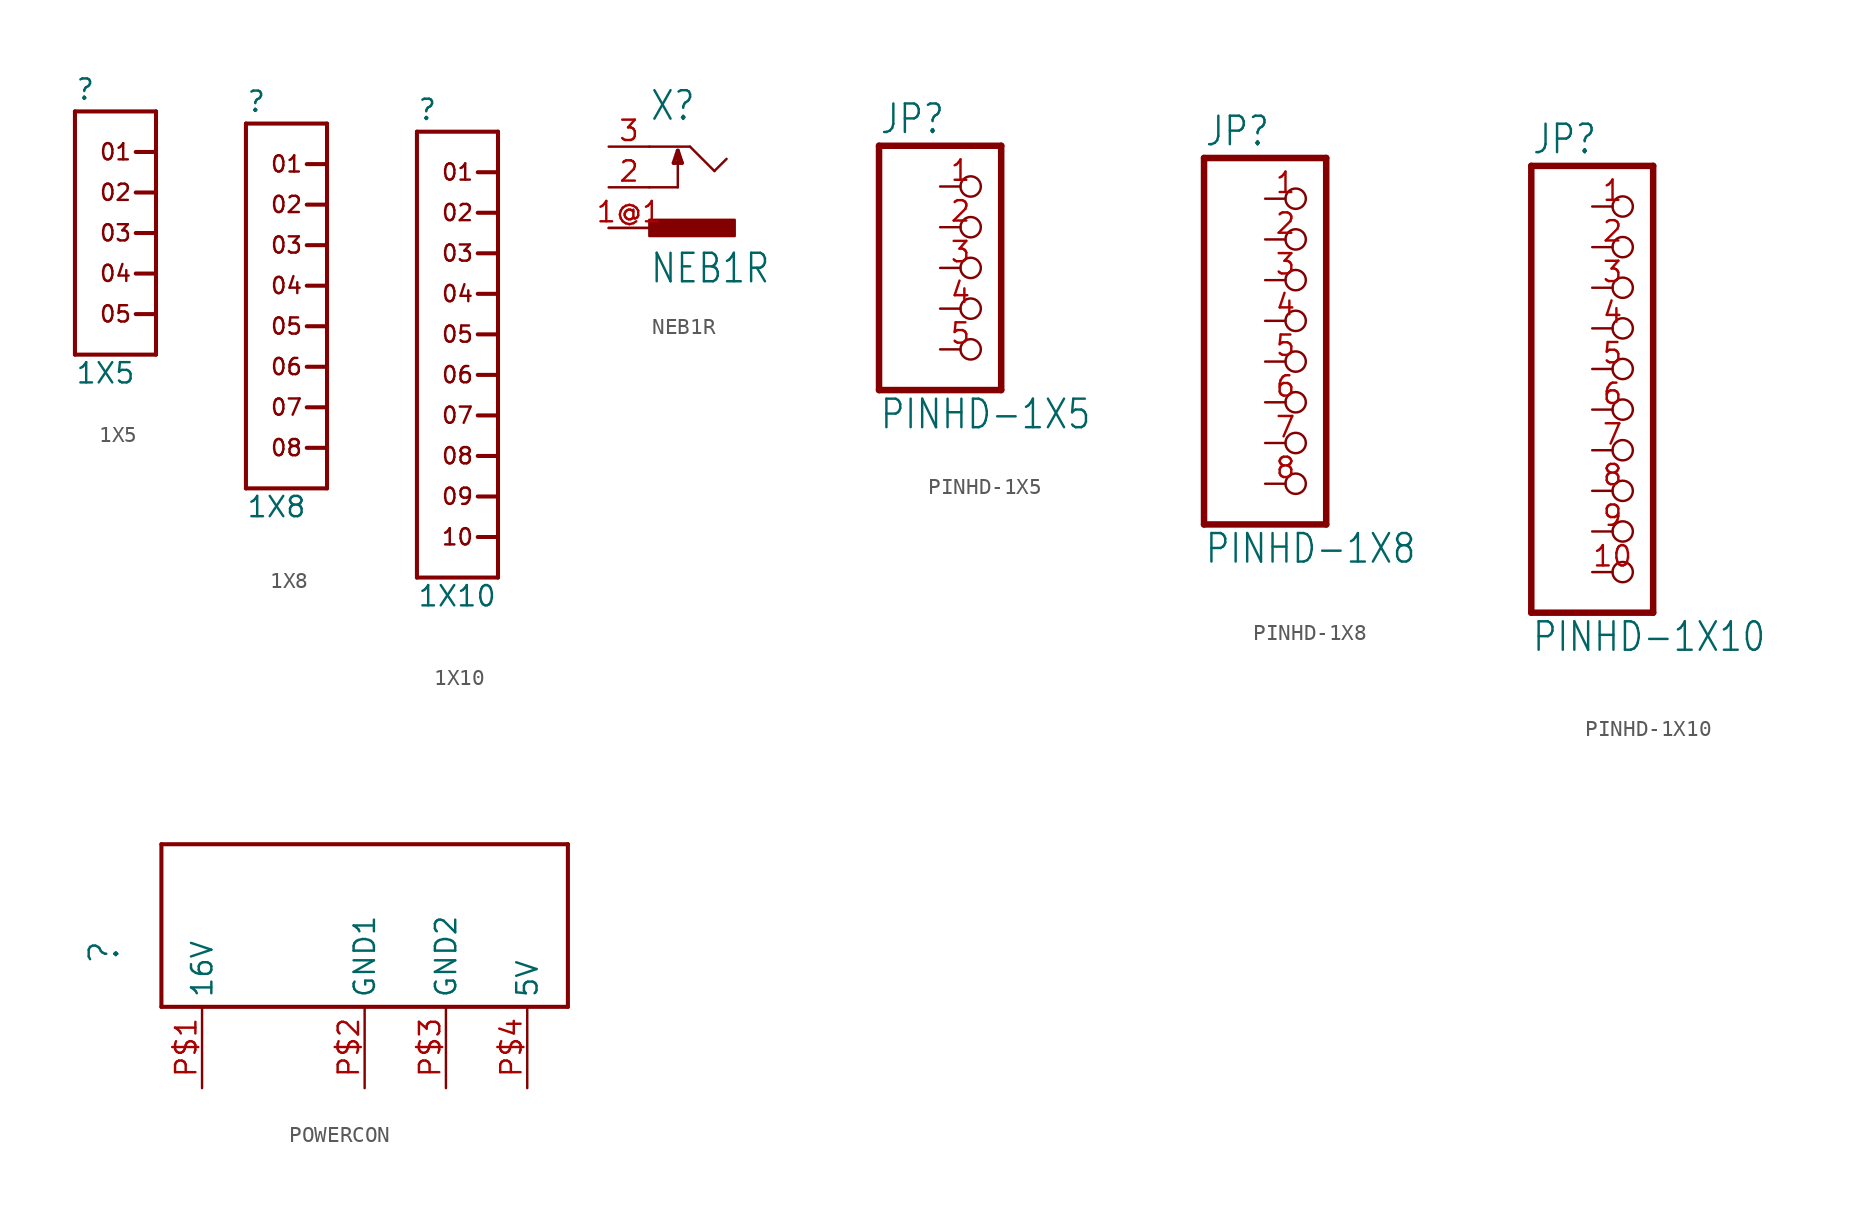
<source format=kicad_sym>
(kicad_symbol_lib
  (version 20211014)
  (generator kicad_symbol_editor)
  (symbol "1X5"
    (property "Reference" ""
      (at -2.54 8.255 0)
      (effects (font (size 1.27 1.27)) (justify left bottom)))
    (property "Value" "1X5"
      (at -2.54 -9.525 0)
      (effects (font (size 1.27 1.27)) (justify left bottom)))
    (property "ki_locked" ""
      (at 0 0 0)
      (effects (font (size 1.27 1.27))))
    (symbol "1X5_1_0"
      (polyline (pts (xy -2.54 -7.62) (xy 2.54 -7.62)) (stroke (width 0.254) (type default) (color 0 0 0 0)) (fill (type none)))
      (polyline (pts (xy -2.54 7.62) (xy -2.54 -7.62)) (stroke (width 0.254) (type default) (color 0 0 0 0)) (fill (type none)))
      (polyline (pts (xy -2.54 7.62) (xy 2.54 7.62)) (stroke (width 0.254) (type default) (color 0 0 0 0)) (fill (type none)))
      (polyline (pts (xy 1.27 -5.08) (xy 2.54 -5.08)) (stroke (width 0.254) (type default) (color 0 0 0 0)) (fill (type none)))
      (polyline (pts (xy 1.27 -2.54) (xy 2.54 -2.54)) (stroke (width 0.254) (type default) (color 0 0 0 0)) (fill (type none)))
      (polyline (pts (xy 1.27 0) (xy 2.54 0)) (stroke (width 0.254) (type default) (color 0 0 0 0)) (fill (type none)))
      (polyline (pts (xy 1.27 2.54) (xy 2.54 2.54)) (stroke (width 0.254) (type default) (color 0 0 0 0)) (fill (type none)))
      (polyline (pts (xy 1.27 5.08) (xy 2.54 5.08)) (stroke (width 0.254) (type default) (color 0 0 0 0)) (fill (type none)))
      (polyline (pts (xy 2.54 -7.62) (xy 2.54 -5.08)) (stroke (width 0.254) (type default) (color 0 0 0 0)) (fill (type none)))
      (polyline (pts (xy 2.54 -5.08) (xy 2.54 -2.54)) (stroke (width 0.254) (type default) (color 0 0 0 0)) (fill (type none)))
      (polyline (pts (xy 2.54 -2.54) (xy 2.54 0)) (stroke (width 0.254) (type default) (color 0 0 0 0)) (fill (type none)))
      (polyline (pts (xy 2.54 0) (xy 2.54 2.54)) (stroke (width 0.254) (type default) (color 0 0 0 0)) (fill (type none)))
      (polyline (pts (xy 2.54 2.54) (xy 2.54 5.08)) (stroke (width 0.254) (type default) (color 0 0 0 0)) (fill (type none)))
      (polyline (pts (xy 2.54 5.08) (xy 2.54 7.62)) (stroke (width 0.254) (type default) (color 0 0 0 0)) (fill (type none)))
      (text "01" (at 0 5.08 0) (effects (font (size 1.016 1.016))))
      (text "02" (at 0 2.54 0) (effects (font (size 1.016 1.016))))
      (text "03" (at 0 0 0) (effects (font (size 1.016 1.016))))
      (text "04" (at 0 -2.54 0) (effects (font (size 1.016 1.016))))
      (text "05" (at 0 -5.08 0) (effects (font (size 1.016 1.016))))
      (pin bidirectional line (at 2.54 5.08 180) (length 0) (name "1" (effects (font (size 0 0)))) (number "1" (effects (font (size 0 0)))))
      (pin bidirectional line (at 2.54 2.54 180) (length 0) (name "2" (effects (font (size 0 0)))) (number "2" (effects (font (size 0 0)))))
      (pin bidirectional line (at 2.54 0 180) (length 0) (name "3" (effects (font (size 0 0)))) (number "3" (effects (font (size 0 0)))))
      (pin bidirectional line (at 2.54 -2.54 180) (length 0) (name "4" (effects (font (size 0 0)))) (number "4" (effects (font (size 0 0)))))
      (pin bidirectional line (at 2.54 -5.08 180) (length 0) (name "5" (effects (font (size 0 0)))) (number "5" (effects (font (size 0 0)))))))
  (symbol "1X8"
    (property "Reference" ""
      (at -2.54 13.335 0)
      (effects (font (size 1.27 1.27)) (justify left bottom)))
    (property "Value" "1X8"
      (at -2.54 -12.065 0)
      (effects (font (size 1.27 1.27)) (justify left bottom)))
    (property "ki_locked" ""
      (at 0 0 0)
      (effects (font (size 1.27 1.27))))
    (symbol "1X8_1_0"
      (polyline (pts (xy -2.54 -10.16) (xy 2.54 -10.16)) (stroke (width 0.254) (type default) (color 0 0 0 0)) (fill (type none)))
      (polyline (pts (xy -2.54 12.7) (xy -2.54 -10.16)) (stroke (width 0.254) (type default) (color 0 0 0 0)) (fill (type none)))
      (polyline (pts (xy -2.54 12.7) (xy 2.54 12.7)) (stroke (width 0.254) (type default) (color 0 0 0 0)) (fill (type none)))
      (polyline (pts (xy 1.27 -7.62) (xy 2.54 -7.62)) (stroke (width 0.254) (type default) (color 0 0 0 0)) (fill (type none)))
      (polyline (pts (xy 1.27 -5.08) (xy 2.54 -5.08)) (stroke (width 0.254) (type default) (color 0 0 0 0)) (fill (type none)))
      (polyline (pts (xy 1.27 -2.54) (xy 2.54 -2.54)) (stroke (width 0.254) (type default) (color 0 0 0 0)) (fill (type none)))
      (polyline (pts (xy 1.27 0) (xy 2.54 0)) (stroke (width 0.254) (type default) (color 0 0 0 0)) (fill (type none)))
      (polyline (pts (xy 1.27 2.54) (xy 2.54 2.54)) (stroke (width 0.254) (type default) (color 0 0 0 0)) (fill (type none)))
      (polyline (pts (xy 1.27 5.08) (xy 2.54 5.08)) (stroke (width 0.254) (type default) (color 0 0 0 0)) (fill (type none)))
      (polyline (pts (xy 1.27 7.62) (xy 2.54 7.62)) (stroke (width 0.254) (type default) (color 0 0 0 0)) (fill (type none)))
      (polyline (pts (xy 1.27 10.16) (xy 2.54 10.16)) (stroke (width 0.254) (type default) (color 0 0 0 0)) (fill (type none)))
      (polyline (pts (xy 2.54 -10.16) (xy 2.54 -7.62)) (stroke (width 0.254) (type default) (color 0 0 0 0)) (fill (type none)))
      (polyline (pts (xy 2.54 -7.62) (xy 2.54 -5.08)) (stroke (width 0.254) (type default) (color 0 0 0 0)) (fill (type none)))
      (polyline (pts (xy 2.54 -5.08) (xy 2.54 -2.54)) (stroke (width 0.254) (type default) (color 0 0 0 0)) (fill (type none)))
      (polyline (pts (xy 2.54 -2.54) (xy 2.54 0)) (stroke (width 0.254) (type default) (color 0 0 0 0)) (fill (type none)))
      (polyline (pts (xy 2.54 0) (xy 2.54 2.54)) (stroke (width 0.254) (type default) (color 0 0 0 0)) (fill (type none)))
      (polyline (pts (xy 2.54 2.54) (xy 2.54 5.08)) (stroke (width 0.254) (type default) (color 0 0 0 0)) (fill (type none)))
      (polyline (pts (xy 2.54 5.08) (xy 2.54 7.62)) (stroke (width 0.254) (type default) (color 0 0 0 0)) (fill (type none)))
      (polyline (pts (xy 2.54 7.62) (xy 2.54 10.16)) (stroke (width 0.254) (type default) (color 0 0 0 0)) (fill (type none)))
      (polyline (pts (xy 2.54 10.16) (xy 2.54 12.7)) (stroke (width 0.254) (type default) (color 0 0 0 0)) (fill (type none)))
      (text "01" (at 0 10.16 0) (effects (font (size 1.016 1.016))))
      (text "02" (at 0 7.62 0) (effects (font (size 1.016 1.016))))
      (text "03" (at 0 5.08 0) (effects (font (size 1.016 1.016))))
      (text "04" (at 0 2.54 0) (effects (font (size 1.016 1.016))))
      (text "05" (at 0 0 0) (effects (font (size 1.016 1.016))))
      (text "06" (at 0 -2.54 0) (effects (font (size 1.016 1.016))))
      (text "07" (at 0 -5.08 0) (effects (font (size 1.016 1.016))))
      (text "08" (at 0 -7.62 0) (effects (font (size 1.016 1.016))))
      (pin bidirectional line (at 2.54 10.16 180) (length 0) (name "1" (effects (font (size 0 0)))) (number "1" (effects (font (size 0 0)))))
      (pin bidirectional line (at 2.54 7.62 180) (length 0) (name "2" (effects (font (size 0 0)))) (number "2" (effects (font (size 0 0)))))
      (pin bidirectional line (at 2.54 5.08 180) (length 0) (name "3" (effects (font (size 0 0)))) (number "3" (effects (font (size 0 0)))))
      (pin bidirectional line (at 2.54 2.54 180) (length 0) (name "4" (effects (font (size 0 0)))) (number "4" (effects (font (size 0 0)))))
      (pin bidirectional line (at 2.54 0 180) (length 0) (name "5" (effects (font (size 0 0)))) (number "5" (effects (font (size 0 0)))))
      (pin bidirectional line (at 2.54 -2.54 180) (length 0) (name "6" (effects (font (size 0 0)))) (number "6" (effects (font (size 0 0)))))
      (pin bidirectional line (at 2.54 -5.08 180) (length 0) (name "7" (effects (font (size 0 0)))) (number "7" (effects (font (size 0 0)))))
      (pin bidirectional line (at 2.54 -7.62 180) (length 0) (name "8" (effects (font (size 0 0)))) (number "8" (effects (font (size 0 0)))))))
  (symbol "1X10"
    (property "Reference" ""
      (at -2.54 15.875 0)
      (effects (font (size 1.27 1.27)) (justify left bottom)))
    (property "Value" "1X10"
      (at -2.54 -14.605 0)
      (effects (font (size 1.27 1.27)) (justify left bottom)))
    (property "ki_locked" ""
      (at 0 0 0)
      (effects (font (size 1.27 1.27))))
    (symbol "1X10_1_0"
      (polyline (pts (xy -2.54 -12.7) (xy 2.54 -12.7)) (stroke (width 0.254) (type default) (color 0 0 0 0)) (fill (type none)))
      (polyline (pts (xy -2.54 15.24) (xy -2.54 -12.7)) (stroke (width 0.254) (type default) (color 0 0 0 0)) (fill (type none)))
      (polyline (pts (xy -2.54 15.24) (xy 2.54 15.24)) (stroke (width 0.254) (type default) (color 0 0 0 0)) (fill (type none)))
      (polyline (pts (xy 1.27 -10.16) (xy 2.54 -10.16)) (stroke (width 0.254) (type default) (color 0 0 0 0)) (fill (type none)))
      (polyline (pts (xy 1.27 -7.62) (xy 2.54 -7.62)) (stroke (width 0.254) (type default) (color 0 0 0 0)) (fill (type none)))
      (polyline (pts (xy 1.27 -5.08) (xy 2.54 -5.08)) (stroke (width 0.254) (type default) (color 0 0 0 0)) (fill (type none)))
      (polyline (pts (xy 1.27 -2.54) (xy 2.54 -2.54)) (stroke (width 0.254) (type default) (color 0 0 0 0)) (fill (type none)))
      (polyline (pts (xy 1.27 0) (xy 2.54 0)) (stroke (width 0.254) (type default) (color 0 0 0 0)) (fill (type none)))
      (polyline (pts (xy 1.27 2.54) (xy 2.54 2.54)) (stroke (width 0.254) (type default) (color 0 0 0 0)) (fill (type none)))
      (polyline (pts (xy 1.27 5.08) (xy 2.54 5.08)) (stroke (width 0.254) (type default) (color 0 0 0 0)) (fill (type none)))
      (polyline (pts (xy 1.27 7.62) (xy 2.54 7.62)) (stroke (width 0.254) (type default) (color 0 0 0 0)) (fill (type none)))
      (polyline (pts (xy 1.27 10.16) (xy 2.54 10.16)) (stroke (width 0.254) (type default) (color 0 0 0 0)) (fill (type none)))
      (polyline (pts (xy 1.27 12.7) (xy 2.54 12.7)) (stroke (width 0.254) (type default) (color 0 0 0 0)) (fill (type none)))
      (polyline (pts (xy 2.54 -12.7) (xy 2.54 -10.16)) (stroke (width 0.254) (type default) (color 0 0 0 0)) (fill (type none)))
      (polyline (pts (xy 2.54 -10.16) (xy 2.54 -7.62)) (stroke (width 0.254) (type default) (color 0 0 0 0)) (fill (type none)))
      (polyline (pts (xy 2.54 -7.62) (xy 2.54 -5.08)) (stroke (width 0.254) (type default) (color 0 0 0 0)) (fill (type none)))
      (polyline (pts (xy 2.54 -5.08) (xy 2.54 -2.54)) (stroke (width 0.254) (type default) (color 0 0 0 0)) (fill (type none)))
      (polyline (pts (xy 2.54 -2.54) (xy 2.54 0)) (stroke (width 0.254) (type default) (color 0 0 0 0)) (fill (type none)))
      (polyline (pts (xy 2.54 0) (xy 2.54 2.54)) (stroke (width 0.254) (type default) (color 0 0 0 0)) (fill (type none)))
      (polyline (pts (xy 2.54 2.54) (xy 2.54 5.08)) (stroke (width 0.254) (type default) (color 0 0 0 0)) (fill (type none)))
      (polyline (pts (xy 2.54 5.08) (xy 2.54 7.62)) (stroke (width 0.254) (type default) (color 0 0 0 0)) (fill (type none)))
      (polyline (pts (xy 2.54 7.62) (xy 2.54 10.16)) (stroke (width 0.254) (type default) (color 0 0 0 0)) (fill (type none)))
      (polyline (pts (xy 2.54 10.16) (xy 2.54 12.7)) (stroke (width 0.254) (type default) (color 0 0 0 0)) (fill (type none)))
      (polyline (pts (xy 2.54 12.7) (xy 2.54 15.24)) (stroke (width 0.254) (type default) (color 0 0 0 0)) (fill (type none)))
      (text "01" (at 0 12.7 0) (effects (font (size 1.016 1.016))))
      (text "02" (at 0 10.16 0) (effects (font (size 1.016 1.016))))
      (text "03" (at 0 7.62 0) (effects (font (size 1.016 1.016))))
      (text "04" (at 0 5.08 0) (effects (font (size 1.016 1.016))))
      (text "05" (at 0 2.54 0) (effects (font (size 1.016 1.016))))
      (text "06" (at 0 0 0) (effects (font (size 1.016 1.016))))
      (text "07" (at 0 -2.54 0) (effects (font (size 1.016 1.016))))
      (text "08" (at 0 -5.08 0) (effects (font (size 1.016 1.016))))
      (text "09" (at 0 -7.62 0) (effects (font (size 1.016 1.016))))
      (text "10" (at 0 -10.16 0) (effects (font (size 1.016 1.016))))
      (pin bidirectional line (at 2.54 12.7 180) (length 0) (name "1" (effects (font (size 0 0)))) (number "1" (effects (font (size 0 0)))))
      (pin bidirectional line (at 2.54 -10.16 180) (length 0) (name "10" (effects (font (size 0 0)))) (number "10" (effects (font (size 0 0)))))
      (pin bidirectional line (at 2.54 10.16 180) (length 0) (name "2" (effects (font (size 0 0)))) (number "2" (effects (font (size 0 0)))))
      (pin bidirectional line (at 2.54 7.62 180) (length 0) (name "3" (effects (font (size 0 0)))) (number "3" (effects (font (size 0 0)))))
      (pin bidirectional line (at 2.54 5.08 180) (length 0) (name "4" (effects (font (size 0 0)))) (number "4" (effects (font (size 0 0)))))
      (pin bidirectional line (at 2.54 2.54 180) (length 0) (name "5" (effects (font (size 0 0)))) (number "5" (effects (font (size 0 0)))))
      (pin bidirectional line (at 2.54 0 180) (length 0) (name "6" (effects (font (size 0 0)))) (number "6" (effects (font (size 0 0)))))
      (pin bidirectional line (at 2.54 -2.54 180) (length 0) (name "7" (effects (font (size 0 0)))) (number "7" (effects (font (size 0 0)))))
      (pin bidirectional line (at 2.54 -5.08 180) (length 0) (name "8" (effects (font (size 0 0)))) (number "8" (effects (font (size 0 0)))))
      (pin bidirectional line (at 2.54 -7.62 180) (length 0) (name "9" (effects (font (size 0 0)))) (number "9" (effects (font (size 0 0)))))))
  (symbol "NEB1R"
    (property "Reference" "X"
      (at -2.54 4.064 0)
      (effects (font (size 1.778 1.511)) (justify left bottom)))
    (property "Value" "NEB1R"
      (at -2.54 -6.096 0)
      (effects (font (size 1.778 1.511)) (justify left bottom)))
    (property "ki_locked" ""
      (at 0 0 0)
      (effects (font (size 1.27 1.27))))
    (symbol "NEB1R_1_0"
      (rectangle (start -2.54 -3.048) (end 2.794 -2.032) (stroke (width 0) (type default) (color 0 0 0 0)) (fill (type outline)))
      (polyline (pts (xy -2.54 0) (xy -0.762 0)) (stroke (width 0.152) (type default) (color 0 0 0 0)) (fill (type none)))
      (polyline (pts (xy -2.54 2.54) (xy 0 2.54)) (stroke (width 0.152) (type default) (color 0 0 0 0)) (fill (type none)))
      (polyline (pts (xy -1.016 1.524) (xy -0.508 1.524)) (stroke (width 0.254) (type default) (color 0 0 0 0)) (fill (type none)))
      (polyline (pts (xy -0.762 0) (xy -0.762 2.286)) (stroke (width 0.152) (type default) (color 0 0 0 0)) (fill (type none)))
      (polyline (pts (xy -0.762 2.286) (xy -1.016 1.524)) (stroke (width 0.254) (type default) (color 0 0 0 0)) (fill (type none)))
      (polyline (pts (xy -0.508 1.524) (xy -0.762 2.286)) (stroke (width 0.254) (type default) (color 0 0 0 0)) (fill (type none)))
      (polyline (pts (xy 0 2.54) (xy 1.524 1.016)) (stroke (width 0.152) (type default) (color 0 0 0 0)) (fill (type none)))
      (polyline (pts (xy 1.524 1.016) (xy 2.286 1.778)) (stroke (width 0.152) (type default) (color 0 0 0 0)) (fill (type none)))
      (pin passive line (at -5.08 -2.54 0) (length 2.54) (name "1@1" (effects (font (size 0 0)))) (number "1@1" (effects (font (size 1.27 1.27)))))
      (pin passive line (at -2.54 -2.54 180) (length 2.54) (name "1@2" (effects (font (size 0 0)))) (number "1@2" (effects (font (size 0 0)))))
      (pin passive line (at -5.08 0 0) (length 2.54) (name "2" (effects (font (size 0 0)))) (number "2" (effects (font (size 1.27 1.27)))))
      (pin passive line (at -5.08 2.54 0) (length 2.54) (name "3" (effects (font (size 0 0)))) (number "3" (effects (font (size 1.27 1.27)))))))
  (symbol "PINHD-1X5"
    (property "Reference" "JP"
      (at -6.35 8.255 0)
      (effects (font (size 1.778 1.511)) (justify left bottom)))
    (property "Value" "PINHD-1X5"
      (at -6.35 -10.16 0)
      (effects (font (size 1.778 1.511)) (justify left bottom)))
    (property "ki_locked" ""
      (at 0 0 0)
      (effects (font (size 1.27 1.27))))
    (symbol "PINHD-1X5_1_0"
      (polyline (pts (xy -6.35 -7.62) (xy 1.27 -7.62)) (stroke (width 0.406) (type default) (color 0 0 0 0)) (fill (type none)))
      (polyline (pts (xy -6.35 7.62) (xy -6.35 -7.62)) (stroke (width 0.406) (type default) (color 0 0 0 0)) (fill (type none)))
      (polyline (pts (xy 1.27 -7.62) (xy 1.27 7.62)) (stroke (width 0.406) (type default) (color 0 0 0 0)) (fill (type none)))
      (polyline (pts (xy 1.27 7.62) (xy -6.35 7.62)) (stroke (width 0.406) (type default) (color 0 0 0 0)) (fill (type none)))
      (pin passive inverted (at -2.54 5.08 0) (length 2.54) (name "1" (effects (font (size 0 0)))) (number "1" (effects (font (size 1.27 1.27)))))
      (pin passive inverted (at -2.54 2.54 0) (length 2.54) (name "2" (effects (font (size 0 0)))) (number "2" (effects (font (size 1.27 1.27)))))
      (pin passive inverted (at -2.54 0 0) (length 2.54) (name "3" (effects (font (size 0 0)))) (number "3" (effects (font (size 1.27 1.27)))))
      (pin passive inverted (at -2.54 -2.54 0) (length 2.54) (name "4" (effects (font (size 0 0)))) (number "4" (effects (font (size 1.27 1.27)))))
      (pin passive inverted (at -2.54 -5.08 0) (length 2.54) (name "5" (effects (font (size 0 0)))) (number "5" (effects (font (size 1.27 1.27)))))))
  (symbol "PINHD-1X8"
    (property "Reference" "JP"
      (at -6.35 13.335 0)
      (effects (font (size 1.778 1.511)) (justify left bottom)))
    (property "Value" "PINHD-1X8"
      (at -6.35 -12.7 0)
      (effects (font (size 1.778 1.511)) (justify left bottom)))
    (property "ki_locked" ""
      (at 0 0 0)
      (effects (font (size 1.27 1.27))))
    (symbol "PINHD-1X8_1_0"
      (polyline (pts (xy -6.35 -10.16) (xy 1.27 -10.16)) (stroke (width 0.406) (type default) (color 0 0 0 0)) (fill (type none)))
      (polyline (pts (xy -6.35 12.7) (xy -6.35 -10.16)) (stroke (width 0.406) (type default) (color 0 0 0 0)) (fill (type none)))
      (polyline (pts (xy 1.27 -10.16) (xy 1.27 12.7)) (stroke (width 0.406) (type default) (color 0 0 0 0)) (fill (type none)))
      (polyline (pts (xy 1.27 12.7) (xy -6.35 12.7)) (stroke (width 0.406) (type default) (color 0 0 0 0)) (fill (type none)))
      (pin passive inverted (at -2.54 10.16 0) (length 2.54) (name "1" (effects (font (size 0 0)))) (number "1" (effects (font (size 1.27 1.27)))))
      (pin passive inverted (at -2.54 7.62 0) (length 2.54) (name "2" (effects (font (size 0 0)))) (number "2" (effects (font (size 1.27 1.27)))))
      (pin passive inverted (at -2.54 5.08 0) (length 2.54) (name "3" (effects (font (size 0 0)))) (number "3" (effects (font (size 1.27 1.27)))))
      (pin passive inverted (at -2.54 2.54 0) (length 2.54) (name "4" (effects (font (size 0 0)))) (number "4" (effects (font (size 1.27 1.27)))))
      (pin passive inverted (at -2.54 0 0) (length 2.54) (name "5" (effects (font (size 0 0)))) (number "5" (effects (font (size 1.27 1.27)))))
      (pin passive inverted (at -2.54 -2.54 0) (length 2.54) (name "6" (effects (font (size 0 0)))) (number "6" (effects (font (size 1.27 1.27)))))
      (pin passive inverted (at -2.54 -5.08 0) (length 2.54) (name "7" (effects (font (size 0 0)))) (number "7" (effects (font (size 1.27 1.27)))))
      (pin passive inverted (at -2.54 -7.62 0) (length 2.54) (name "8" (effects (font (size 0 0)))) (number "8" (effects (font (size 1.27 1.27)))))))
  (symbol "PINHD-1X10"
    (property "Reference" "JP"
      (at -6.35 13.335 0)
      (effects (font (size 1.778 1.511)) (justify left bottom)))
    (property "Value" "PINHD-1X10"
      (at -6.35 -17.78 0)
      (effects (font (size 1.778 1.511)) (justify left bottom)))
    (property "ki_locked" ""
      (at 0 0 0)
      (effects (font (size 1.27 1.27))))
    (symbol "PINHD-1X10_1_0"
      (polyline (pts (xy -6.35 -15.24) (xy 1.27 -15.24)) (stroke (width 0.406) (type default) (color 0 0 0 0)) (fill (type none)))
      (polyline (pts (xy -6.35 12.7) (xy -6.35 -15.24)) (stroke (width 0.406) (type default) (color 0 0 0 0)) (fill (type none)))
      (polyline (pts (xy 1.27 -15.24) (xy 1.27 12.7)) (stroke (width 0.406) (type default) (color 0 0 0 0)) (fill (type none)))
      (polyline (pts (xy 1.27 12.7) (xy -6.35 12.7)) (stroke (width 0.406) (type default) (color 0 0 0 0)) (fill (type none)))
      (pin passive inverted (at -2.54 10.16 0) (length 2.54) (name "1" (effects (font (size 0 0)))) (number "1" (effects (font (size 1.27 1.27)))))
      (pin passive inverted (at -2.54 -12.7 0) (length 2.54) (name "10" (effects (font (size 0 0)))) (number "10" (effects (font (size 1.27 1.27)))))
      (pin passive inverted (at -2.54 7.62 0) (length 2.54) (name "2" (effects (font (size 0 0)))) (number "2" (effects (font (size 1.27 1.27)))))
      (pin passive inverted (at -2.54 5.08 0) (length 2.54) (name "3" (effects (font (size 0 0)))) (number "3" (effects (font (size 1.27 1.27)))))
      (pin passive inverted (at -2.54 2.54 0) (length 2.54) (name "4" (effects (font (size 0 0)))) (number "4" (effects (font (size 1.27 1.27)))))
      (pin passive inverted (at -2.54 0 0) (length 2.54) (name "5" (effects (font (size 0 0)))) (number "5" (effects (font (size 1.27 1.27)))))
      (pin passive inverted (at -2.54 -2.54 0) (length 2.54) (name "6" (effects (font (size 0 0)))) (number "6" (effects (font (size 1.27 1.27)))))
      (pin passive inverted (at -2.54 -5.08 0) (length 2.54) (name "7" (effects (font (size 0 0)))) (number "7" (effects (font (size 1.27 1.27)))))
      (pin passive inverted (at -2.54 -7.62 0) (length 2.54) (name "8" (effects (font (size 0 0)))) (number "8" (effects (font (size 1.27 1.27)))))
      (pin passive inverted (at -2.54 -10.16 0) (length 2.54) (name "9" (effects (font (size 0 0)))) (number "9" (effects (font (size 1.27 1.27)))))))
  (symbol "POWERCON"
    (property "Reference" ""
      (at -10.16 7.62 90)
      (effects (font (size 1.778 1.778)) (justify left bottom)))
    (property "ki_locked" ""
      (at 0 0 0)
      (effects (font (size 1.27 1.27))))
    (symbol "POWERCON_1_0"
      (polyline (pts (xy -7.62 5.08) (xy 17.78 5.08)) (stroke (width 0.254) (type default) (color 0 0 0 0)) (fill (type none)))
      (polyline (pts (xy -7.62 15.24) (xy -7.62 5.08)) (stroke (width 0.254) (type default) (color 0 0 0 0)) (fill (type none)))
      (polyline (pts (xy -7.62 15.24) (xy 17.78 15.24)) (stroke (width 0.254) (type default) (color 0 0 0 0)) (fill (type none)))
      (polyline (pts (xy 17.78 5.08) (xy 17.78 15.24)) (stroke (width 0.254) (type default) (color 0 0 0 0)) (fill (type none)))
      (pin power_in line (at -5.08 0 90) (length 5.08) (name "16V" (effects (font (size 1.27 1.27)))) (number "P$1" (effects (font (size 1.27 1.27)))))
      (pin power_in line (at 5.08 0 90) (length 5.08) (name "GND1" (effects (font (size 1.27 1.27)))) (number "P$2" (effects (font (size 1.27 1.27)))))
      (pin power_in line (at 10.16 0 90) (length 5.08) (name "GND2" (effects (font (size 1.27 1.27)))) (number "P$3" (effects (font (size 1.27 1.27)))))
      (pin power_in line (at 15.24 0 90) (length 5.08) (name "5V" (effects (font (size 1.27 1.27)))) (number "P$4" (effects (font (size 1.27 1.27))))))))
</source>
